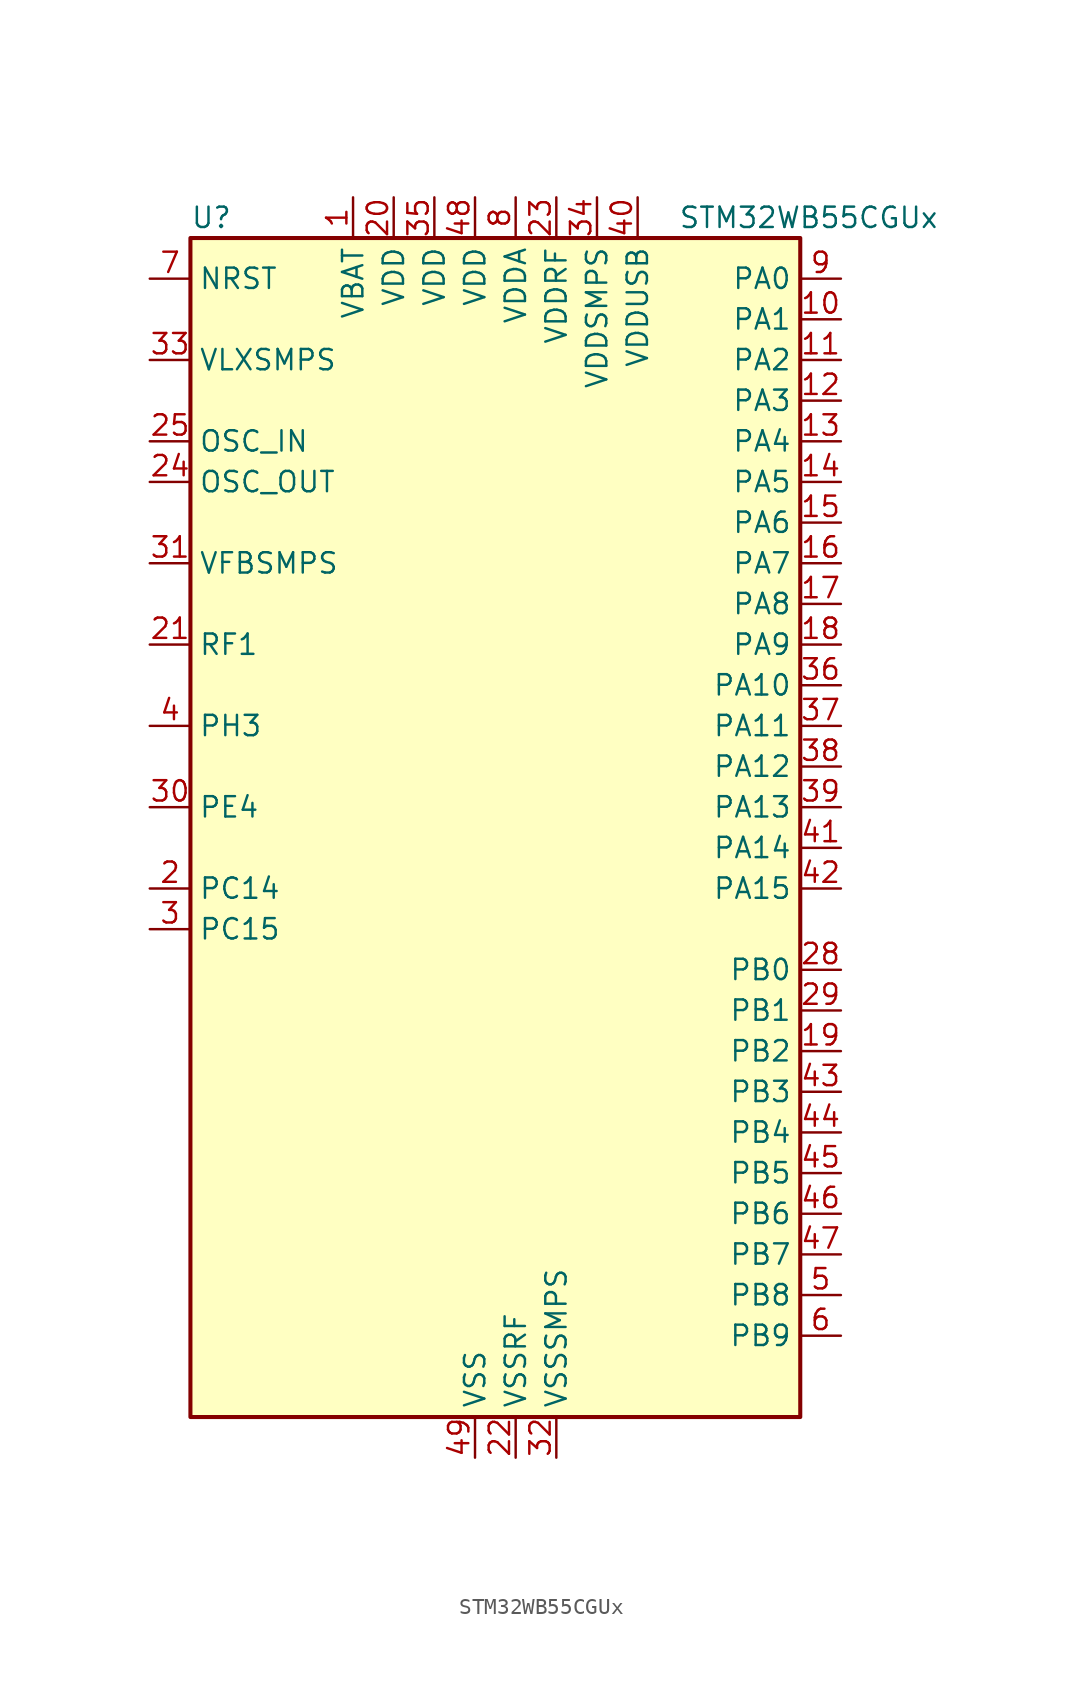
<source format=kicad_sym>
(kicad_symbol_lib
  (version 20220914)
  (generator kicad_symbol_editor)
  (symbol "STM32WB55CGUx"
    (property "Reference" "U"
      (at -17.78 39.37 0)
      (effects (font (size 1.27 1.27)) (justify left)))
    (property "Value" "STM32WB55CGUx"
      (at 12.7 39.37 0)
      (effects (font (size 1.27 1.27)) (justify left)))
    (property "ki_locked" ""
      (at 0 0 0)
      (effects (font (size 1.27 1.27))))
    (symbol "STM32WB55CGUx_0_1"
      (rectangle (start -17.78 -35.56) (end 20.32 38.1) (stroke (width 0.254) (type default)) (fill (type background))))
    (symbol "STM32WB55CGUx_1_1"
      (pin power_in line (at -7.62 40.64 270) (length 2.54) (name "VBAT" (effects (font (size 1.27 1.27)))) (number "1" (effects (font (size 1.27 1.27)))))
      (pin bidirectional line (at 22.86 33.02 180) (length 2.54) (name "PA1" (effects (font (size 1.27 1.27)))) (number "10" (effects (font (size 1.27 1.27)))) (alternate "ADC1_IN6" bidirectional line) (alternate "COMP1_INP" bidirectional line) (alternate "I2C1_SMBA" bidirectional line) (alternate "LCD_SEG0" bidirectional line) (alternate "SPI1_SCK" bidirectional line) (alternate "TIM2_CH2" bidirectional line))
      (pin bidirectional line (at 22.86 30.48 180) (length 2.54) (name "PA2" (effects (font (size 1.27 1.27)))) (number "11" (effects (font (size 1.27 1.27)))) (alternate "ADC1_IN7" bidirectional line) (alternate "COMP2_INM" bidirectional line) (alternate "COMP2_OUT" bidirectional line) (alternate "LCD_SEG1" bidirectional line) (alternate "LPUART1_TX" bidirectional line) (alternate "QUADSPI_BK1_NCS" bidirectional line) (alternate "RCC_LSCO" bidirectional line) (alternate "SYS_WKUP4" bidirectional line) (alternate "TIM2_CH3" bidirectional line))
      (pin bidirectional line (at 22.86 27.94 180) (length 2.54) (name "PA3" (effects (font (size 1.27 1.27)))) (number "12" (effects (font (size 1.27 1.27)))) (alternate "ADC1_IN8" bidirectional line) (alternate "COMP2_INP" bidirectional line) (alternate "LCD_SEG2" bidirectional line) (alternate "LPUART1_RX" bidirectional line) (alternate "QUADSPI_CLK" bidirectional line) (alternate "SAI1_CK1" bidirectional line) (alternate "SAI1_MCLK_A" bidirectional line) (alternate "TIM2_CH4" bidirectional line))
      (pin bidirectional line (at 22.86 25.4 180) (length 2.54) (name "PA4" (effects (font (size 1.27 1.27)))) (number "13" (effects (font (size 1.27 1.27)))) (alternate "ADC1_IN9" bidirectional line) (alternate "COMP1_INM" bidirectional line) (alternate "COMP2_INM" bidirectional line) (alternate "LCD_SEG5" bidirectional line) (alternate "LPTIM2_OUT" bidirectional line) (alternate "SAI1_FS_B" bidirectional line) (alternate "SPI1_NSS" bidirectional line))
      (pin bidirectional line (at 22.86 22.86 180) (length 2.54) (name "PA5" (effects (font (size 1.27 1.27)))) (number "14" (effects (font (size 1.27 1.27)))) (alternate "ADC1_IN10" bidirectional line) (alternate "COMP1_INM" bidirectional line) (alternate "COMP2_INM" bidirectional line) (alternate "LPTIM2_ETR" bidirectional line) (alternate "SAI1_SD_B" bidirectional line) (alternate "SPI1_SCK" bidirectional line) (alternate "TIM2_CH1" bidirectional line) (alternate "TIM2_ETR" bidirectional line))
      (pin bidirectional line (at 22.86 20.32 180) (length 2.54) (name "PA6" (effects (font (size 1.27 1.27)))) (number "15" (effects (font (size 1.27 1.27)))) (alternate "ADC1_IN11" bidirectional line) (alternate "LCD_SEG3" bidirectional line) (alternate "LPUART1_CTS" bidirectional line) (alternate "QUADSPI_BK1_IO3" bidirectional line) (alternate "SPI1_MISO" bidirectional line) (alternate "TIM16_CH1" bidirectional line) (alternate "TIM1_BKIN" bidirectional line))
      (pin bidirectional line (at 22.86 17.78 180) (length 2.54) (name "PA7" (effects (font (size 1.27 1.27)))) (number "16" (effects (font (size 1.27 1.27)))) (alternate "ADC1_IN12" bidirectional line) (alternate "COMP2_OUT" bidirectional line) (alternate "I2C3_SCL" bidirectional line) (alternate "LCD_SEG4" bidirectional line) (alternate "QUADSPI_BK1_IO2" bidirectional line) (alternate "SPI1_MOSI" bidirectional line) (alternate "TIM17_CH1" bidirectional line) (alternate "TIM1_CH1N" bidirectional line))
      (pin bidirectional line (at 22.86 15.24 180) (length 2.54) (name "PA8" (effects (font (size 1.27 1.27)))) (number "17" (effects (font (size 1.27 1.27)))) (alternate "ADC1_IN15" bidirectional line) (alternate "LCD_COM0" bidirectional line) (alternate "LPTIM2_OUT" bidirectional line) (alternate "RCC_MCO" bidirectional line) (alternate "SAI1_CK2" bidirectional line) (alternate "SAI1_SCK_A" bidirectional line) (alternate "TIM1_CH1" bidirectional line) (alternate "USART1_CK" bidirectional line))
      (pin bidirectional line (at 22.86 12.7 180) (length 2.54) (name "PA9" (effects (font (size 1.27 1.27)))) (number "18" (effects (font (size 1.27 1.27)))) (alternate "ADC1_IN16" bidirectional line) (alternate "COMP1_INM" bidirectional line) (alternate "I2C1_SCL" bidirectional line) (alternate "LCD_COM1" bidirectional line) (alternate "SAI1_D2" bidirectional line) (alternate "SAI1_FS_A" bidirectional line) (alternate "TIM1_CH2" bidirectional line) (alternate "USART1_TX" bidirectional line))
      (pin bidirectional line (at 22.86 -12.7 180) (length 2.54) (name "PB2" (effects (font (size 1.27 1.27)))) (number "19" (effects (font (size 1.27 1.27)))) (alternate "COMP1_INP" bidirectional line) (alternate "I2C3_SMBA" bidirectional line) (alternate "LCD_VLCD" bidirectional line) (alternate "LPTIM1_OUT" bidirectional line) (alternate "RTC_OUT2" bidirectional line) (alternate "SAI1_EXTCLK" bidirectional line) (alternate "SPI1_NSS" bidirectional line))
      (pin bidirectional line (at -20.32 -2.54 0) (length 2.54) (name "PC14" (effects (font (size 1.27 1.27)))) (number "2" (effects (font (size 1.27 1.27)))) (alternate "RCC_OSC32_IN" bidirectional line))
      (pin power_in line (at -5.08 40.64 270) (length 2.54) (name "VDD" (effects (font (size 1.27 1.27)))) (number "20" (effects (font (size 1.27 1.27)))))
      (pin bidirectional line (at -20.32 12.7 0) (length 2.54) (name "RF1" (effects (font (size 1.27 1.27)))) (number "21" (effects (font (size 1.27 1.27)))) (alternate "RF_RF1" bidirectional line))
      (pin power_in line (at 2.54 -38.1 90) (length 2.54) (name "VSSRF" (effects (font (size 1.27 1.27)))) (number "22" (effects (font (size 1.27 1.27)))))
      (pin power_in line (at 5.08 40.64 270) (length 2.54) (name "VDDRF" (effects (font (size 1.27 1.27)))) (number "23" (effects (font (size 1.27 1.27)))))
      (pin input line (at -20.32 22.86 0) (length 2.54) (name "OSC_OUT" (effects (font (size 1.27 1.27)))) (number "24" (effects (font (size 1.27 1.27)))) (alternate "RCC_OSC_OUT" bidirectional line))
      (pin input line (at -20.32 25.4 0) (length 2.54) (name "OSC_IN" (effects (font (size 1.27 1.27)))) (number "25" (effects (font (size 1.27 1.27)))) (alternate "RCC_OSC_IN" bidirectional line))
      (pin no_connect line (at -17.78 -35.56 0) (length 2.54) hide (name "AT0" (effects (font (size 1.27 1.27)))) (number "26" (effects (font (size 1.27 1.27)))))
      (pin no_connect line (at -17.78 -33.02 0) (length 2.54) hide (name "AT1" (effects (font (size 1.27 1.27)))) (number "27" (effects (font (size 1.27 1.27)))))
      (pin bidirectional line (at 22.86 -7.62 180) (length 2.54) (name "PB0" (effects (font (size 1.27 1.27)))) (number "28" (effects (font (size 1.27 1.27)))) (alternate "COMP1_OUT" bidirectional line) (alternate "RF_TX_MOD_EXT_PA" bidirectional line))
      (pin bidirectional line (at 22.86 -10.16 180) (length 2.54) (name "PB1" (effects (font (size 1.27 1.27)))) (number "29" (effects (font (size 1.27 1.27)))) (alternate "LPTIM2_IN1" bidirectional line) (alternate "LPUART1_DE" bidirectional line) (alternate "LPUART1_RTS" bidirectional line))
      (pin bidirectional line (at -20.32 -5.08 0) (length 2.54) (name "PC15" (effects (font (size 1.27 1.27)))) (number "3" (effects (font (size 1.27 1.27)))) (alternate "ADC1_EXTI15" bidirectional line) (alternate "RCC_OSC32_OUT" bidirectional line))
      (pin bidirectional line (at -20.32 2.54 0) (length 2.54) (name "PE4" (effects (font (size 1.27 1.27)))) (number "30" (effects (font (size 1.27 1.27)))))
      (pin input line (at -20.32 17.78 0) (length 2.54) (name "VFBSMPS" (effects (font (size 1.27 1.27)))) (number "31" (effects (font (size 1.27 1.27)))))
      (pin power_in line (at 5.08 -38.1 90) (length 2.54) (name "VSSSMPS" (effects (font (size 1.27 1.27)))) (number "32" (effects (font (size 1.27 1.27)))))
      (pin power_in line (at -20.32 30.48 0) (length 2.54) (name "VLXSMPS" (effects (font (size 1.27 1.27)))) (number "33" (effects (font (size 1.27 1.27)))))
      (pin power_in line (at 7.62 40.64 270) (length 2.54) (name "VDDSMPS" (effects (font (size 1.27 1.27)))) (number "34" (effects (font (size 1.27 1.27)))))
      (pin power_in line (at -2.54 40.64 270) (length 2.54) (name "VDD" (effects (font (size 1.27 1.27)))) (number "35" (effects (font (size 1.27 1.27)))))
      (pin bidirectional line (at 22.86 10.16 180) (length 2.54) (name "PA10" (effects (font (size 1.27 1.27)))) (number "36" (effects (font (size 1.27 1.27)))) (alternate "CRS_SYNC" bidirectional line) (alternate "I2C1_SDA" bidirectional line) (alternate "LCD_COM2" bidirectional line) (alternate "SAI1_D1" bidirectional line) (alternate "SAI1_SD_A" bidirectional line) (alternate "TIM17_BKIN" bidirectional line) (alternate "TIM1_CH3" bidirectional line) (alternate "USART1_RX" bidirectional line))
      (pin bidirectional line (at 22.86 7.62 180) (length 2.54) (name "PA11" (effects (font (size 1.27 1.27)))) (number "37" (effects (font (size 1.27 1.27)))) (alternate "ADC1_EXTI11" bidirectional line) (alternate "SPI1_MISO" bidirectional line) (alternate "TIM1_BKIN2" bidirectional line) (alternate "TIM1_CH4" bidirectional line) (alternate "USART1_CTS" bidirectional line) (alternate "USART1_NSS" bidirectional line) (alternate "USB_DM" bidirectional line))
      (pin bidirectional line (at 22.86 5.08 180) (length 2.54) (name "PA12" (effects (font (size 1.27 1.27)))) (number "38" (effects (font (size 1.27 1.27)))) (alternate "LPUART1_RX" bidirectional line) (alternate "SPI1_MOSI" bidirectional line) (alternate "TIM1_ETR" bidirectional line) (alternate "USART1_DE" bidirectional line) (alternate "USART1_RTS" bidirectional line) (alternate "USB_DP" bidirectional line))
      (pin bidirectional line (at 22.86 2.54 180) (length 2.54) (name "PA13" (effects (font (size 1.27 1.27)))) (number "39" (effects (font (size 1.27 1.27)))) (alternate "IR_OUT" bidirectional line) (alternate "SAI1_SD_B" bidirectional line) (alternate "SYS_JTMS-SWDIO" bidirectional line) (alternate "USB_NOE" bidirectional line))
      (pin bidirectional line (at -20.32 7.62 0) (length 2.54) (name "PH3" (effects (font (size 1.27 1.27)))) (number "4" (effects (font (size 1.27 1.27)))) (alternate "RCC_LSCO" bidirectional line))
      (pin power_in line (at 10.16 40.64 270) (length 2.54) (name "VDDUSB" (effects (font (size 1.27 1.27)))) (number "40" (effects (font (size 1.27 1.27)))))
      (pin bidirectional line (at 22.86 0 180) (length 2.54) (name "PA14" (effects (font (size 1.27 1.27)))) (number "41" (effects (font (size 1.27 1.27)))) (alternate "I2C1_SMBA" bidirectional line) (alternate "LCD_SEG5" bidirectional line) (alternate "LPTIM1_OUT" bidirectional line) (alternate "SAI1_FS_B" bidirectional line) (alternate "SYS_JTCK-SWCLK" bidirectional line))
      (pin bidirectional line (at 22.86 -2.54 180) (length 2.54) (name "PA15" (effects (font (size 1.27 1.27)))) (number "42" (effects (font (size 1.27 1.27)))) (alternate "ADC1_EXTI15" bidirectional line) (alternate "LCD_SEG17" bidirectional line) (alternate "RCC_MCO" bidirectional line) (alternate "SPI1_NSS" bidirectional line) (alternate "SYS_JTDI" bidirectional line) (alternate "TIM2_CH1" bidirectional line) (alternate "TIM2_ETR" bidirectional line))
      (pin bidirectional line (at 22.86 -15.24 180) (length 2.54) (name "PB3" (effects (font (size 1.27 1.27)))) (number "43" (effects (font (size 1.27 1.27)))) (alternate "COMP2_INM" bidirectional line) (alternate "LCD_SEG7" bidirectional line) (alternate "SAI1_SCK_B" bidirectional line) (alternate "SPI1_SCK" bidirectional line) (alternate "SYS_JTDO-SWO" bidirectional line) (alternate "TIM2_CH2" bidirectional line) (alternate "USART1_DE" bidirectional line) (alternate "USART1_RTS" bidirectional line))
      (pin bidirectional line (at 22.86 -17.78 180) (length 2.54) (name "PB4" (effects (font (size 1.27 1.27)))) (number "44" (effects (font (size 1.27 1.27)))) (alternate "COMP2_INP" bidirectional line) (alternate "I2C3_SDA" bidirectional line) (alternate "LCD_SEG8" bidirectional line) (alternate "SAI1_MCLK_B" bidirectional line) (alternate "SPI1_MISO" bidirectional line) (alternate "SYS_JTRST" bidirectional line) (alternate "TIM17_BKIN" bidirectional line) (alternate "USART1_CTS" bidirectional line) (alternate "USART1_NSS" bidirectional line))
      (pin bidirectional line (at 22.86 -20.32 180) (length 2.54) (name "PB5" (effects (font (size 1.27 1.27)))) (number "45" (effects (font (size 1.27 1.27)))) (alternate "COMP2_OUT" bidirectional line) (alternate "I2C1_SMBA" bidirectional line) (alternate "LCD_SEG9" bidirectional line) (alternate "LPTIM1_IN1" bidirectional line) (alternate "LPUART1_TX" bidirectional line) (alternate "SAI1_SD_B" bidirectional line) (alternate "SPI1_MOSI" bidirectional line) (alternate "TIM16_BKIN" bidirectional line) (alternate "USART1_CK" bidirectional line))
      (pin bidirectional line (at 22.86 -22.86 180) (length 2.54) (name "PB6" (effects (font (size 1.27 1.27)))) (number "46" (effects (font (size 1.27 1.27)))) (alternate "COMP2_INP" bidirectional line) (alternate "I2C1_SCL" bidirectional line) (alternate "LCD_SEG6" bidirectional line) (alternate "LPTIM1_ETR" bidirectional line) (alternate "RCC_MCO" bidirectional line) (alternate "SAI1_FS_B" bidirectional line) (alternate "TIM16_CH1N" bidirectional line) (alternate "USART1_TX" bidirectional line))
      (pin bidirectional line (at 22.86 -25.4 180) (length 2.54) (name "PB7" (effects (font (size 1.27 1.27)))) (number "47" (effects (font (size 1.27 1.27)))) (alternate "COMP2_INM" bidirectional line) (alternate "I2C1_SDA" bidirectional line) (alternate "LCD_SEG21" bidirectional line) (alternate "LPTIM1_IN2" bidirectional line) (alternate "SYS_PVD_IN" bidirectional line) (alternate "TIM17_CH1N" bidirectional line) (alternate "TIM1_BKIN" bidirectional line) (alternate "USART1_RX" bidirectional line))
      (pin power_in line (at 0 40.64 270) (length 2.54) (name "VDD" (effects (font (size 1.27 1.27)))) (number "48" (effects (font (size 1.27 1.27)))))
      (pin power_in line (at 0 -38.1 90) (length 2.54) (name "VSS" (effects (font (size 1.27 1.27)))) (number "49" (effects (font (size 1.27 1.27)))))
      (pin bidirectional line (at 22.86 -27.94 180) (length 2.54) (name "PB8" (effects (font (size 1.27 1.27)))) (number "5" (effects (font (size 1.27 1.27)))) (alternate "I2C1_SCL" bidirectional line) (alternate "LCD_SEG16" bidirectional line) (alternate "QUADSPI_BK1_IO1" bidirectional line) (alternate "SAI1_CK1" bidirectional line) (alternate "SAI1_MCLK_A" bidirectional line) (alternate "TIM16_CH1" bidirectional line) (alternate "TIM1_CH2N" bidirectional line))
      (pin bidirectional line (at 22.86 -30.48 180) (length 2.54) (name "PB9" (effects (font (size 1.27 1.27)))) (number "6" (effects (font (size 1.27 1.27)))) (alternate "I2C1_SDA" bidirectional line) (alternate "IR_OUT" bidirectional line) (alternate "LCD_COM3" bidirectional line) (alternate "QUADSPI_BK1_IO0" bidirectional line) (alternate "SAI1_D2" bidirectional line) (alternate "SAI1_FS_A" bidirectional line) (alternate "TIM17_CH1" bidirectional line) (alternate "TIM1_CH3N" bidirectional line))
      (pin input line (at -20.32 35.56 0) (length 2.54) (name "NRST" (effects (font (size 1.27 1.27)))) (number "7" (effects (font (size 1.27 1.27)))))
      (pin power_in line (at 2.54 40.64 270) (length 2.54) (name "VDDA" (effects (font (size 1.27 1.27)))) (number "8" (effects (font (size 1.27 1.27)))))
      (pin bidirectional line (at 22.86 35.56 180) (length 2.54) (name "PA0" (effects (font (size 1.27 1.27)))) (number "9" (effects (font (size 1.27 1.27)))) (alternate "ADC1_IN5" bidirectional line) (alternate "COMP1_INM" bidirectional line) (alternate "COMP1_OUT" bidirectional line) (alternate "RTC_TAMP2" bidirectional line) (alternate "SAI1_EXTCLK" bidirectional line) (alternate "SYS_WKUP1" bidirectional line) (alternate "TIM2_CH1" bidirectional line) (alternate "TIM2_ETR" bidirectional line)))))
</source>
